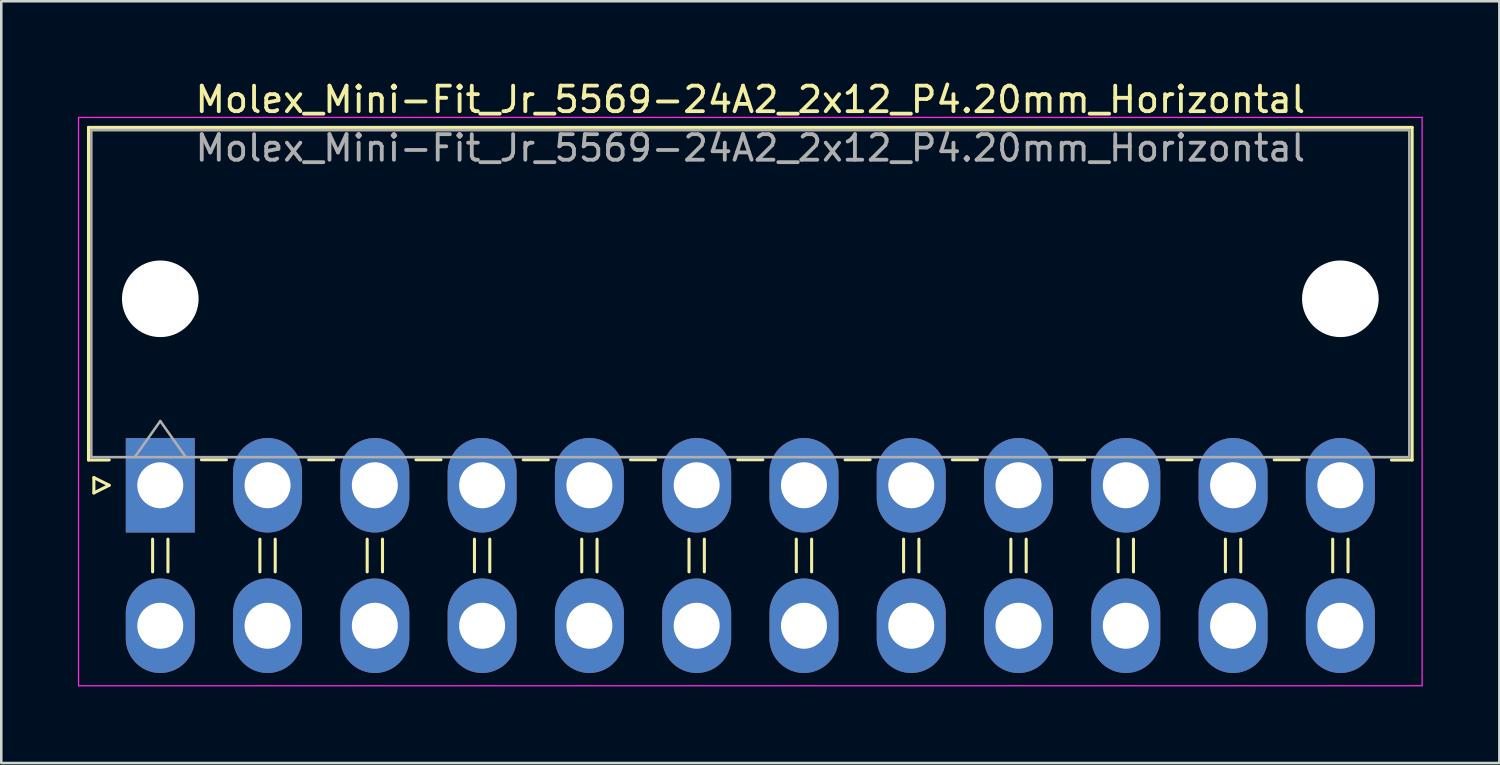
<source format=kicad_pcb>
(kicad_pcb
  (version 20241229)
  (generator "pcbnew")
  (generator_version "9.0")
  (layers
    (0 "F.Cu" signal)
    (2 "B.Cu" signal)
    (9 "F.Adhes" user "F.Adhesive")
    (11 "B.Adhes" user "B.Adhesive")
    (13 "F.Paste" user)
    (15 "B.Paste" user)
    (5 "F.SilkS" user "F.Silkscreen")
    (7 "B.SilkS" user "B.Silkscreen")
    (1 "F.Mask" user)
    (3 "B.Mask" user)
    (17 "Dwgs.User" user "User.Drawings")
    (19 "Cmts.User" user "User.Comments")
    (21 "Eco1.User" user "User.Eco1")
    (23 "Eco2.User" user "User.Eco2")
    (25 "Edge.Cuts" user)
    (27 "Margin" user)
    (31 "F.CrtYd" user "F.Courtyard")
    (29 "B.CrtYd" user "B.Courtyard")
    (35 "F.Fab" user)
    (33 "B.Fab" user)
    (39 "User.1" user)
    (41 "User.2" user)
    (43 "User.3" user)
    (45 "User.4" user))
  (footprint "Molex_Mini-Fit_Jr_5569-24A2_2x12_P4.20mm_Horizontal"
    (layer "F.Cu")
    (at 3.225 15.948)
    (property "Reference" "Molex_Mini-Fit_Jr_5569-24A2_2x12_P4.20mm_Horizontal" (at 23.1 -15.1 0) (layer "F.SilkS") (effects (font (size 1 1) (thickness 0.15))))
    (attr through_hole)
    (fp_line (start -2.81 -14.01) (end 23.1 -14.01) (stroke (width 0.12) (type solid)) (layer "F.SilkS"))
    (fp_line (start -2.81 -0.99) (end -2.81 -14.01) (stroke (width 0.12) (type solid)) (layer "F.SilkS"))
    (fp_line (start -2.6 -0.3) (end -2 0) (stroke (width 0.12) (type solid)) (layer "F.SilkS"))
    (fp_line (start -2.6 0.3) (end -2.6 -0.3) (stroke (width 0.12) (type solid)) (layer "F.SilkS"))
    (fp_line (start -2 -0.99) (end -2.81 -0.99) (stroke (width 0.12) (type solid)) (layer "F.SilkS"))
    (fp_line (start -2 0) (end -2.6 0.3) (stroke (width 0.12) (type solid)) (layer "F.SilkS"))
    (fp_line (start -0.3 2.11) (end -0.3 3.39) (stroke (width 0.12) (type solid)) (layer "F.SilkS"))
    (fp_line (start 0.3 2.11) (end 0.3 3.39) (stroke (width 0.12) (type solid)) (layer "F.SilkS"))
    (fp_line (start 1.61 -1) (end 2.59 -1) (stroke (width 0.12) (type solid)) (layer "F.SilkS"))
    (fp_line (start 3.9 2.11) (end 3.9 3.39) (stroke (width 0.12) (type solid)) (layer "F.SilkS"))
    (fp_line (start 4.5 2.11) (end 4.5 3.39) (stroke (width 0.12) (type solid)) (layer "F.SilkS"))
    (fp_line (start 5.81 -1) (end 6.79 -1) (stroke (width 0.12) (type solid)) (layer "F.SilkS"))
    (fp_line (start 8.1 2.11) (end 8.1 3.39) (stroke (width 0.12) (type solid)) (layer "F.SilkS"))
    (fp_line (start 8.7 2.11) (end 8.7 3.39) (stroke (width 0.12) (type solid)) (layer "F.SilkS"))
    (fp_line (start 10.01 -1) (end 10.99 -1) (stroke (width 0.12) (type solid)) (layer "F.SilkS"))
    (fp_line (start 12.3 2.11) (end 12.3 3.39) (stroke (width 0.12) (type solid)) (layer "F.SilkS"))
    (fp_line (start 12.9 2.11) (end 12.9 3.39) (stroke (width 0.12) (type solid)) (layer "F.SilkS"))
    (fp_line (start 14.21 -1) (end 15.19 -1) (stroke (width 0.12) (type solid)) (layer "F.SilkS"))
    (fp_line (start 16.5 2.11) (end 16.5 3.39) (stroke (width 0.12) (type solid)) (layer "F.SilkS"))
    (fp_line (start 17.1 2.11) (end 17.1 3.39) (stroke (width 0.12) (type solid)) (layer "F.SilkS"))
    (fp_line (start 18.41 -1) (end 19.39 -1) (stroke (width 0.12) (type solid)) (layer "F.SilkS"))
    (fp_line (start 20.7 2.11) (end 20.7 3.39) (stroke (width 0.12) (type solid)) (layer "F.SilkS"))
    (fp_line (start 21.3 2.11) (end 21.3 3.39) (stroke (width 0.12) (type solid)) (layer "F.SilkS"))
    (fp_line (start 22.61 -1) (end 23.59 -1) (stroke (width 0.12) (type solid)) (layer "F.SilkS"))
    (fp_line (start 24.9 2.11) (end 24.9 3.39) (stroke (width 0.12) (type solid)) (layer "F.SilkS"))
    (fp_line (start 25.5 2.11) (end 25.5 3.39) (stroke (width 0.12) (type solid)) (layer "F.SilkS"))
    (fp_line (start 26.81 -1) (end 27.79 -1) (stroke (width 0.12) (type solid)) (layer "F.SilkS"))
    (fp_line (start 29.1 2.11) (end 29.1 3.39) (stroke (width 0.12) (type solid)) (layer "F.SilkS"))
    (fp_line (start 29.7 2.11) (end 29.7 3.39) (stroke (width 0.12) (type solid)) (layer "F.SilkS"))
    (fp_line (start 31.01 -1) (end 31.99 -1) (stroke (width 0.12) (type solid)) (layer "F.SilkS"))
    (fp_line (start 33.3 2.11) (end 33.3 3.39) (stroke (width 0.12) (type solid)) (layer "F.SilkS"))
    (fp_line (start 33.9 2.11) (end 33.9 3.39) (stroke (width 0.12) (type solid)) (layer "F.SilkS"))
    (fp_line (start 35.21 -1) (end 36.19 -1) (stroke (width 0.12) (type solid)) (layer "F.SilkS"))
    (fp_line (start 37.5 2.11) (end 37.5 3.39) (stroke (width 0.12) (type solid)) (layer "F.SilkS"))
    (fp_line (start 38.1 2.11) (end 38.1 3.39) (stroke (width 0.12) (type solid)) (layer "F.SilkS"))
    (fp_line (start 39.41 -1) (end 40.39 -1) (stroke (width 0.12) (type solid)) (layer "F.SilkS"))
    (fp_line (start 41.7 2.11) (end 41.7 3.39) (stroke (width 0.12) (type solid)) (layer "F.SilkS"))
    (fp_line (start 42.3 2.11) (end 42.3 3.39) (stroke (width 0.12) (type solid)) (layer "F.SilkS"))
    (fp_line (start 43.61 -1) (end 44.59 -1) (stroke (width 0.12) (type solid)) (layer "F.SilkS"))
    (fp_line (start 45.9 2.11) (end 45.9 3.39) (stroke (width 0.12) (type solid)) (layer "F.SilkS"))
    (fp_line (start 46.5 2.11) (end 46.5 3.39) (stroke (width 0.12) (type solid)) (layer "F.SilkS"))
    (fp_line (start 48.2 -0.99) (end 49.01 -0.99) (stroke (width 0.12) (type solid)) (layer "F.SilkS"))
    (fp_line (start 49.01 -14.01) (end 23.1 -14.01) (stroke (width 0.12) (type solid)) (layer "F.SilkS"))
    (fp_line (start 49.01 -0.99) (end 49.01 -14.01) (stroke (width 0.12) (type solid)) (layer "F.SilkS"))
    (fp_line (start -3.2 -14.4) (end -3.2 7.85) (stroke (width 0.05) (type solid)) (layer "F.CrtYd"))
    (fp_line (start -3.2 7.85) (end 49.4 7.85) (stroke (width 0.05) (type solid)) (layer "F.CrtYd"))
    (fp_line (start 49.4 -14.4) (end -3.2 -14.4) (stroke (width 0.05) (type solid)) (layer "F.CrtYd"))
    (fp_line (start 49.4 7.85) (end 49.4 -14.4) (stroke (width 0.05) (type solid)) (layer "F.CrtYd"))
    (fp_line (start -2.7 -13.9) (end -2.7 -1.1) (stroke (width 0.1) (type solid)) (layer "F.Fab"))
    (fp_line (start -2.7 -1.1) (end 48.9 -1.1) (stroke (width 0.1) (type solid)) (layer "F.Fab"))
    (fp_line (start -1 -1.1) (end 0 -2.514) (stroke (width 0.1) (type solid)) (layer "F.Fab"))
    (fp_line (start 0 -2.514) (end 1 -1.1) (stroke (width 0.1) (type solid)) (layer "F.Fab"))
    (fp_line (start 48.9 -13.9) (end -2.7 -13.9) (stroke (width 0.1) (type solid)) (layer "F.Fab"))
    (fp_line (start 48.9 -1.1) (end 48.9 -13.9) (stroke (width 0.1) (type solid)) (layer "F.Fab"))
    (fp_text user "${REFERENCE}" (at 23.1 -13.2 0) (layer "F.Fab") (effects (font (size 1 1) (thickness 0.15))))
    (pad "" np_thru_hole circle (at 0 -7.3) (size 3 3) (drill 3) (layers "*.Cu" "*.Mask"))
    (pad "" np_thru_hole circle (at 46.2 -7.3) (size 3 3) (drill 3) (layers "*.Cu" "*.Mask"))
    (pad "1" thru_hole rect (at 0 0) (size 2.7 3.7) (drill 1.8) (layers "*.Cu" "*.Mask"))
    (pad "2" thru_hole oval (at 4.2 0) (size 2.7 3.7) (drill 1.8) (layers "*.Cu" "*.Mask"))
    (pad "3" thru_hole oval (at 8.4 0) (size 2.7 3.7) (drill 1.8) (layers "*.Cu" "*.Mask"))
    (pad "4" thru_hole oval (at 12.6 0) (size 2.7 3.7) (drill 1.8) (layers "*.Cu" "*.Mask"))
    (pad "5" thru_hole oval (at 16.8 0) (size 2.7 3.7) (drill 1.8) (layers "*.Cu" "*.Mask"))
    (pad "6" thru_hole oval (at 21 0) (size 2.7 3.7) (drill 1.8) (layers "*.Cu" "*.Mask"))
    (pad "7" thru_hole oval (at 25.2 0) (size 2.7 3.7) (drill 1.8) (layers "*.Cu" "*.Mask"))
    (pad "8" thru_hole oval (at 29.4 0) (size 2.7 3.7) (drill 1.8) (layers "*.Cu" "*.Mask"))
    (pad "9" thru_hole oval (at 33.6 0) (size 2.7 3.7) (drill 1.8) (layers "*.Cu" "*.Mask"))
    (pad "10" thru_hole oval (at 37.8 0) (size 2.7 3.7) (drill 1.8) (layers "*.Cu" "*.Mask"))
    (pad "11" thru_hole oval (at 42 0) (size 2.7 3.7) (drill 1.8) (layers "*.Cu" "*.Mask"))
    (pad "12" thru_hole oval (at 46.2 0) (size 2.7 3.7) (drill 1.8) (layers "*.Cu" "*.Mask"))
    (pad "13" thru_hole oval (at 0 5.5) (size 2.7 3.7) (drill 1.8) (layers "*.Cu" "*.Mask"))
    (pad "14" thru_hole oval (at 4.2 5.5) (size 2.7 3.7) (drill 1.8) (layers "*.Cu" "*.Mask"))
    (pad "15" thru_hole oval (at 8.4 5.5) (size 2.7 3.7) (drill 1.8) (layers "*.Cu" "*.Mask"))
    (pad "16" thru_hole oval (at 12.6 5.5) (size 2.7 3.7) (drill 1.8) (layers "*.Cu" "*.Mask"))
    (pad "17" thru_hole oval (at 16.8 5.5) (size 2.7 3.7) (drill 1.8) (layers "*.Cu" "*.Mask"))
    (pad "18" thru_hole oval (at 21 5.5) (size 2.7 3.7) (drill 1.8) (layers "*.Cu" "*.Mask"))
    (pad "19" thru_hole oval (at 25.2 5.5) (size 2.7 3.7) (drill 1.8) (layers "*.Cu" "*.Mask"))
    (pad "20" thru_hole oval (at 29.4 5.5) (size 2.7 3.7) (drill 1.8) (layers "*.Cu" "*.Mask"))
    (pad "21" thru_hole oval (at 33.6 5.5) (size 2.7 3.7) (drill 1.8) (layers "*.Cu" "*.Mask"))
    (pad "22" thru_hole oval (at 37.8 5.5) (size 2.7 3.7) (drill 1.8) (layers "*.Cu" "*.Mask"))
    (pad "23" thru_hole oval (at 42 5.5) (size 2.7 3.7) (drill 1.8) (layers "*.Cu" "*.Mask"))
    (pad "24" thru_hole oval (at 46.2 5.5) (size 2.7 3.7) (drill 1.8) (layers "*.Cu" "*.Mask")))
  (gr_rect
    (start -3 -3)
    (end 55.65 26.823)
    (stroke (width 0.1) (type default))
    (fill no)
    (layer "Edge.Cuts")))
</source>
